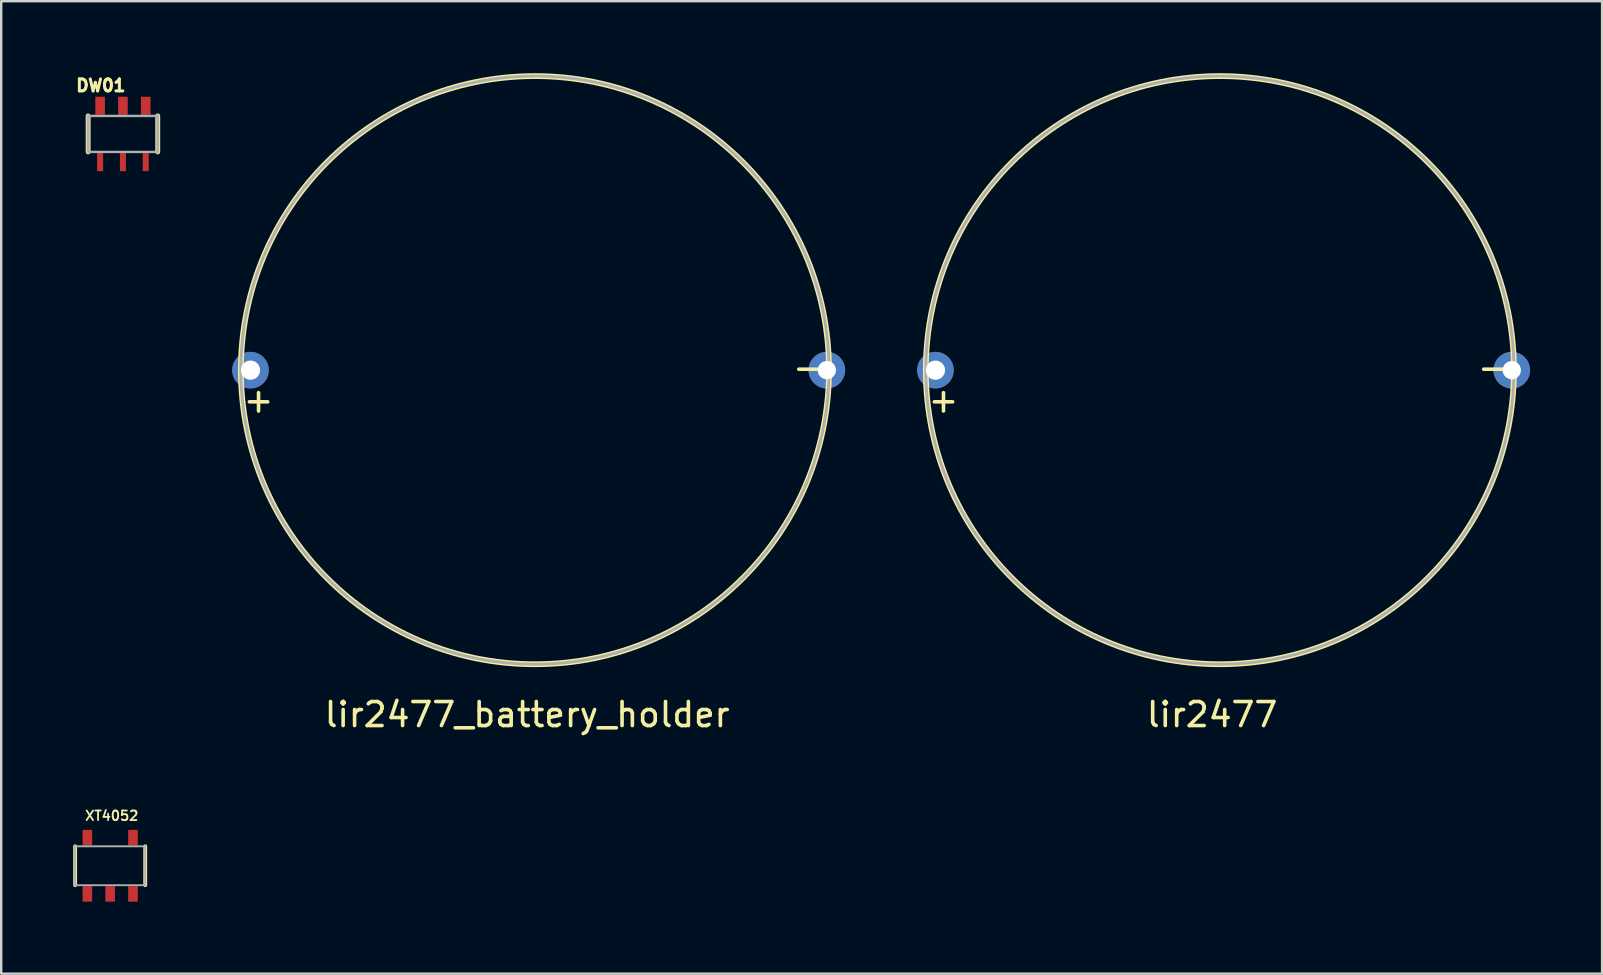
<source format=kicad_pcb>
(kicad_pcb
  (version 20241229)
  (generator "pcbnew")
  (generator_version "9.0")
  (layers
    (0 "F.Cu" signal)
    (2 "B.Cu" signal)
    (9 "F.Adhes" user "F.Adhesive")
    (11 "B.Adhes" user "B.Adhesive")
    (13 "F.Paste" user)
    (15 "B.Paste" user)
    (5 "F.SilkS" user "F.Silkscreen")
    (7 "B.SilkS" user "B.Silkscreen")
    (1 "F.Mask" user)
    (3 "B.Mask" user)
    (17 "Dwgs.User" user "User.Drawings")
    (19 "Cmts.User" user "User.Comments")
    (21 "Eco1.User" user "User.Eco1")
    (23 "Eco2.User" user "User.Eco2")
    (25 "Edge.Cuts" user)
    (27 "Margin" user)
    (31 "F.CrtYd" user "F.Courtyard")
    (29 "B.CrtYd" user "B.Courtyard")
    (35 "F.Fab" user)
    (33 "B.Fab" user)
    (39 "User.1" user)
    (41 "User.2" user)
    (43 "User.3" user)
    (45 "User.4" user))
  (footprint "lir2477"
    (layer "F.Cu")
    (at 47.767 12.37)
    (property "Reference" "lir2477" (at -0.323 14.348 0) (layer "F.SilkS") (effects (font (size 1 1) (thickness 0.15))))
    (attr through_hole)
    (fp_circle (center 0 0) (end 12.25 0) (stroke (width 0.24) (type solid)) (fill no) (layer "F.SilkS"))
    (fp_circle (center 0 0) (end 12.25 0) (stroke (width 0.12) (type solid)) (fill no) (layer "F.Fab"))
    (fp_text user "-" (at 11.372 -0.114 0) (layer "F.SilkS") (effects (font (size 1 1) (thickness 0.15))))
    (fp_text user "+" (at -11.514 1.245 0) (layer "F.SilkS") (effects (font (size 1 1) (thickness 0.15))))
    (pad "1" thru_hole circle (at -11.849 0 90) (size 1.524 1.524) (drill 0.8) (layers "*.Cu" "*.Mask"))
    (pad "2" thru_hole circle (at 12.16 0) (size 1.524 1.524) (drill 0.762) (layers "*.Cu" "*.Mask")))
  (footprint "DW01"
    (layer "F.Cu")
    (at 2.071 2.529)
    (property "Reference" "DW01" (at -0.922 -2.017 0) (layer "F.SilkS") (effects (font (size 0.5 0.5) (thickness 0.125))))
    (attr through_hole)
    (fp_line (start -1.45 -0.75) (end -1.45 0.75) (stroke (width 0.203) (type solid)) (layer "F.SilkS"))
    (fp_line (start 1.45 -0.75) (end 1.45 0.75) (stroke (width 0.203) (type solid)) (layer "F.SilkS"))
    (fp_line (start -1.45 -0.75) (end -1.45 0.75) (stroke (width 0.12) (type solid)) (layer "F.Fab"))
    (fp_line (start -1.45 -0.75) (end 1.45 -0.75) (stroke (width 0.1) (type solid)) (layer "F.Fab"))
    (fp_line (start -1.45 0.75) (end 1.45 0.75) (stroke (width 0.1) (type solid)) (layer "F.Fab"))
    (fp_line (start 1.45 -0.75) (end 1.45 0.75) (stroke (width 0.12) (type solid)) (layer "F.Fab"))
    (pad "1" smd rect (at -0.95 1.175) (size 0.25 0.75) (layers "F.Cu" "F.Mask" "F.Paste"))
    (pad "2" smd rect (at 0 1.175) (size 0.25 0.75) (layers "F.Cu" "F.Mask" "F.Paste"))
    (pad "3" smd rect (at 0.95 1.175) (size 0.25 0.75) (layers "F.Cu" "F.Mask" "F.Paste"))
    (pad "4" smd rect (at 0.95 -1.175) (size 0.4 0.75) (layers "F.Cu" "F.Mask" "F.Paste"))
    (pad "5" smd rect (at 0 -1.175) (size 0.4 0.75) (layers "F.Cu" "F.Mask" "F.Paste"))
    (pad "6" smd rect (at -0.95 -1.175) (size 0.4 0.75) (layers "F.Cu" "F.Mask" "F.Paste")))
  (footprint "lir2477_battery_holder"
    (layer "F.Cu")
    (at 19.234 12.37)
    (property "Reference" "lir2477_battery_holder" (at -0.323 14.348 0) (layer "F.SilkS") (effects (font (size 1 1) (thickness 0.15))))
    (attr through_hole)
    (fp_circle (center 0 0) (end 12.25 0) (stroke (width 0.24) (type solid)) (fill no) (layer "F.SilkS"))
    (fp_circle (center 0 0) (end 12.25 0) (stroke (width 0.12) (type solid)) (fill no) (layer "F.Fab"))
    (fp_text user "-" (at 11.372 -0.114 0) (layer "F.SilkS") (effects (font (size 1 1) (thickness 0.15))))
    (fp_text user "+" (at -11.514 1.245 0) (layer "F.SilkS") (effects (font (size 1 1) (thickness 0.15))))
    (pad "1" thru_hole circle (at -11.849 0 90) (size 1.524 1.524) (drill 0.8) (layers "*.Cu" "*.Mask"))
    (pad "2" thru_hole circle (at 12.16 0) (size 1.524 1.524) (drill 0.762) (layers "*.Cu" "*.Mask")))
  (footprint "XT4052"
    (layer "F.Cu")
    (at 1.54 33.015)
    (property "Reference" "XT4052" (at 0.066 -2.083 0) (layer "F.SilkS") (effects (font (size 0.4 0.4) (thickness 0.075))))
    (attr through_hole)
    (fp_line (start -1.46 -0.81) (end -1.46 0.81) (stroke (width 0.16) (type solid)) (layer "F.SilkS"))
    (fp_line (start 1.46 -0.81) (end 1.46 0.81) (stroke (width 0.16) (type solid)) (layer "F.SilkS"))
    (fp_line (start -1.46 -0.81) (end -1.46 0.81) (stroke (width 0.08) (type solid)) (layer "F.Fab"))
    (fp_line (start -1.46 -0.81) (end 1.46 -0.81) (stroke (width 0.08) (type solid)) (layer "F.Fab"))
    (fp_line (start -1.46 0.81) (end 1.46 0.81) (stroke (width 0.08) (type solid)) (layer "F.Fab"))
    (fp_line (start 1.46 -0.81) (end 1.46 0.81) (stroke (width 0.08) (type solid)) (layer "F.Fab"))
    (pad "1" smd rect (at -0.95 1.173) (size 0.4 0.645) (layers "F.Cu" "F.Mask" "F.Paste"))
    (pad "2" smd rect (at 0 1.173) (size 0.4 0.645) (layers "F.Cu" "F.Mask" "F.Paste"))
    (pad "3" smd rect (at 0.95 1.173) (size 0.4 0.645) (layers "F.Cu" "F.Mask" "F.Paste"))
    (pad "4" smd rect (at 0.95 -1.173) (size 0.4 0.645) (layers "F.Cu" "F.Mask" "F.Paste"))
    (pad "5" smd rect (at -0.95 -1.173) (size 0.4 0.645) (layers "F.Cu" "F.Mask" "F.Paste")))
  (gr_rect
    (start -3 -3)
    (end 63.689 37.51)
    (stroke (width 0.1) (type default))
    (fill no)
    (layer "Edge.Cuts")))
</source>
